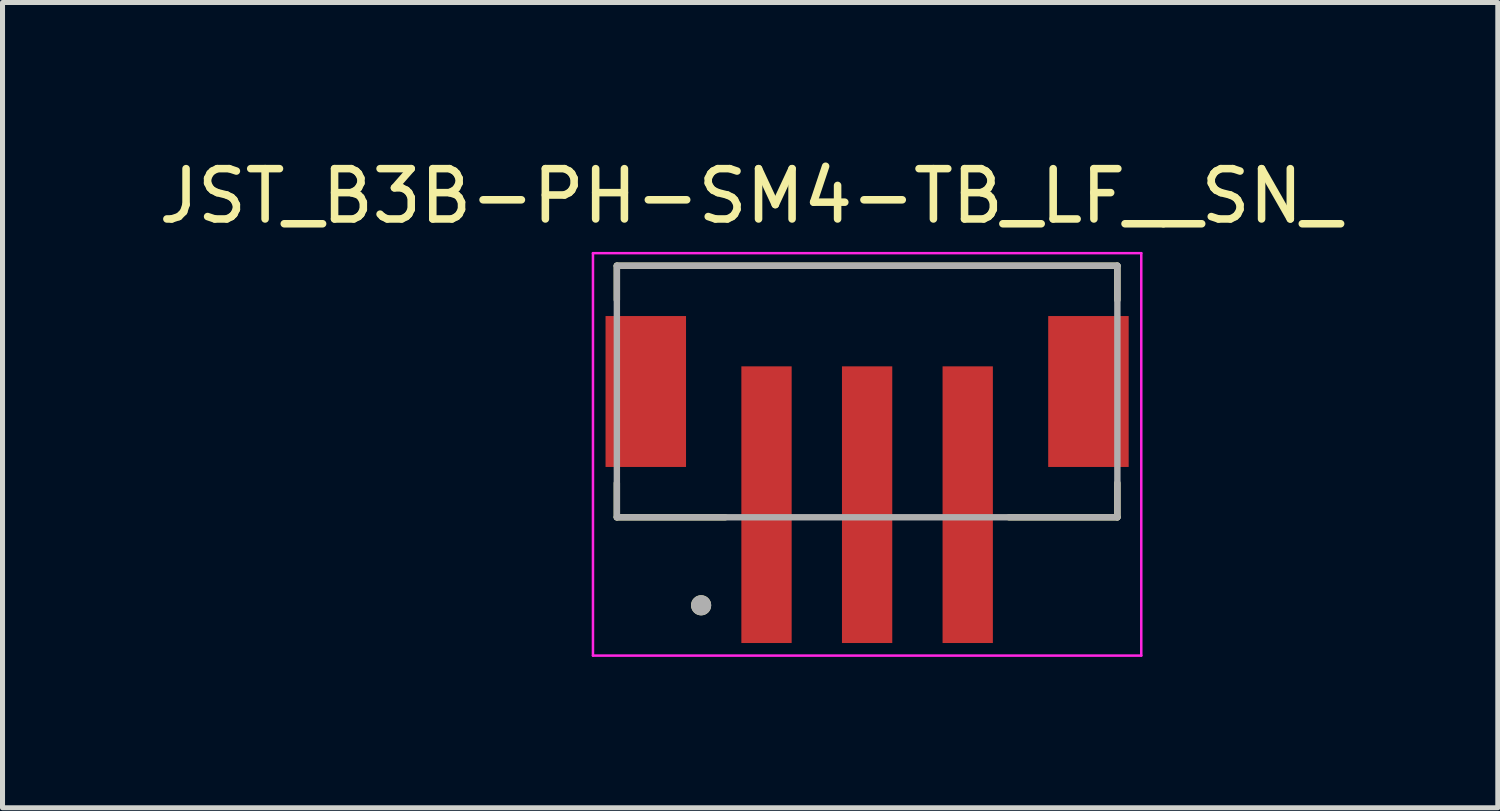
<source format=kicad_pcb>
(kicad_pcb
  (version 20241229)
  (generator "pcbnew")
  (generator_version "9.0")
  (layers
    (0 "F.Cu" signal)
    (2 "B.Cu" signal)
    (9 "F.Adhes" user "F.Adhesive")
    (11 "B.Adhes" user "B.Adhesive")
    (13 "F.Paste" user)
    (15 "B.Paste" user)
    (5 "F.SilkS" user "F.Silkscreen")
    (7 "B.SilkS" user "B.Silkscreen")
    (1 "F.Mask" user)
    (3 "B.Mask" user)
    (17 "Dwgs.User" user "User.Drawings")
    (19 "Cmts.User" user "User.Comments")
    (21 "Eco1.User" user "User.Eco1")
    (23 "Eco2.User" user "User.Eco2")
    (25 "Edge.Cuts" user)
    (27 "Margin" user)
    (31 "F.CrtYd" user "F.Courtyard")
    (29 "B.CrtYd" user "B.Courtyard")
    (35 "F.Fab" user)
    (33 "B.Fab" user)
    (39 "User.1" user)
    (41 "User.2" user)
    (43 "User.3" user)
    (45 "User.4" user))
  (footprint "JST_B3B-PH-SM4-TB_LF__SN_"
    (layer "F.Cu")
    (at 14.188 4.733)
    (property "Reference" "JST_B3B-PH-SM4-TB_LF__SN_" (at -2.325 -3.885 0) (layer "F.SilkS") (effects (font (size 1 1) (thickness 0.15))))
    (attr smd)
    (fp_line (start -4.975 -2.5) (end -4.975 -1.82) (stroke (width 0.127) (type solid)) (layer "F.SilkS"))
    (fp_line (start -4.975 -2.5) (end 4.975 -2.5) (stroke (width 0.127) (type solid)) (layer "F.SilkS"))
    (fp_line (start -4.975 1.82) (end -4.975 2.5) (stroke (width 0.127) (type solid)) (layer "F.SilkS"))
    (fp_line (start -4.975 2.5) (end -2.82 2.5) (stroke (width 0.127) (type solid)) (layer "F.SilkS"))
    (fp_line (start 2.82 2.5) (end 4.975 2.5) (stroke (width 0.127) (type solid)) (layer "F.SilkS"))
    (fp_line (start 4.975 -2.5) (end 4.975 -1.82) (stroke (width 0.127) (type solid)) (layer "F.SilkS"))
    (fp_line (start 4.975 2.5) (end 4.975 1.82) (stroke (width 0.127) (type solid)) (layer "F.SilkS"))
    (fp_circle (center -3.3 4.25) (end -3.2 4.25) (stroke (width 0.2) (type solid)) (fill no) (layer "F.SilkS"))
    (fp_line (start -5.45 -2.75) (end 5.45 -2.75) (stroke (width 0.05) (type solid)) (layer "F.CrtYd"))
    (fp_line (start -5.45 5.25) (end -5.45 -2.75) (stroke (width 0.05) (type solid)) (layer "F.CrtYd"))
    (fp_line (start 5.45 -2.75) (end 5.45 5.25) (stroke (width 0.05) (type solid)) (layer "F.CrtYd"))
    (fp_line (start 5.45 5.25) (end -5.45 5.25) (stroke (width 0.05) (type solid)) (layer "F.CrtYd"))
    (fp_line (start -4.975 -2.5) (end 4.975 -2.5) (stroke (width 0.127) (type solid)) (layer "F.Fab"))
    (fp_line (start -4.975 2.5) (end -4.975 -2.5) (stroke (width 0.127) (type solid)) (layer "F.Fab"))
    (fp_line (start 4.975 -2.5) (end 4.975 2.5) (stroke (width 0.127) (type solid)) (layer "F.Fab"))
    (fp_line (start 4.975 2.5) (end -4.975 2.5) (stroke (width 0.127) (type solid)) (layer "F.Fab"))
    (fp_circle (center -3.3 4.25) (end -3.2 4.25) (stroke (width 0.2) (type solid)) (fill no) (layer "F.Fab"))
    (pad "1" smd rect (at -2 2.25) (size 1 5.5) (layers "F.Cu" "F.Mask" "F.Paste"))
    (pad "2" smd rect (at 0 2.25) (size 1 5.5) (layers "F.Cu" "F.Mask" "F.Paste"))
    (pad "3" smd rect (at 2 2.25) (size 1 5.5) (layers "F.Cu" "F.Mask" "F.Paste"))
    (pad "S1" smd rect (at -4.4 0) (size 1.6 3) (layers "F.Cu" "F.Mask" "F.Paste"))
    (pad "S2" smd rect (at 4.4 0) (size 1.6 3) (layers "F.Cu" "F.Mask" "F.Paste")))
  (gr_rect
    (start -3 -3)
    (end 26.726 13.008)
    (stroke (width 0.1) (type default))
    (fill no)
    (layer "Edge.Cuts")))
</source>
